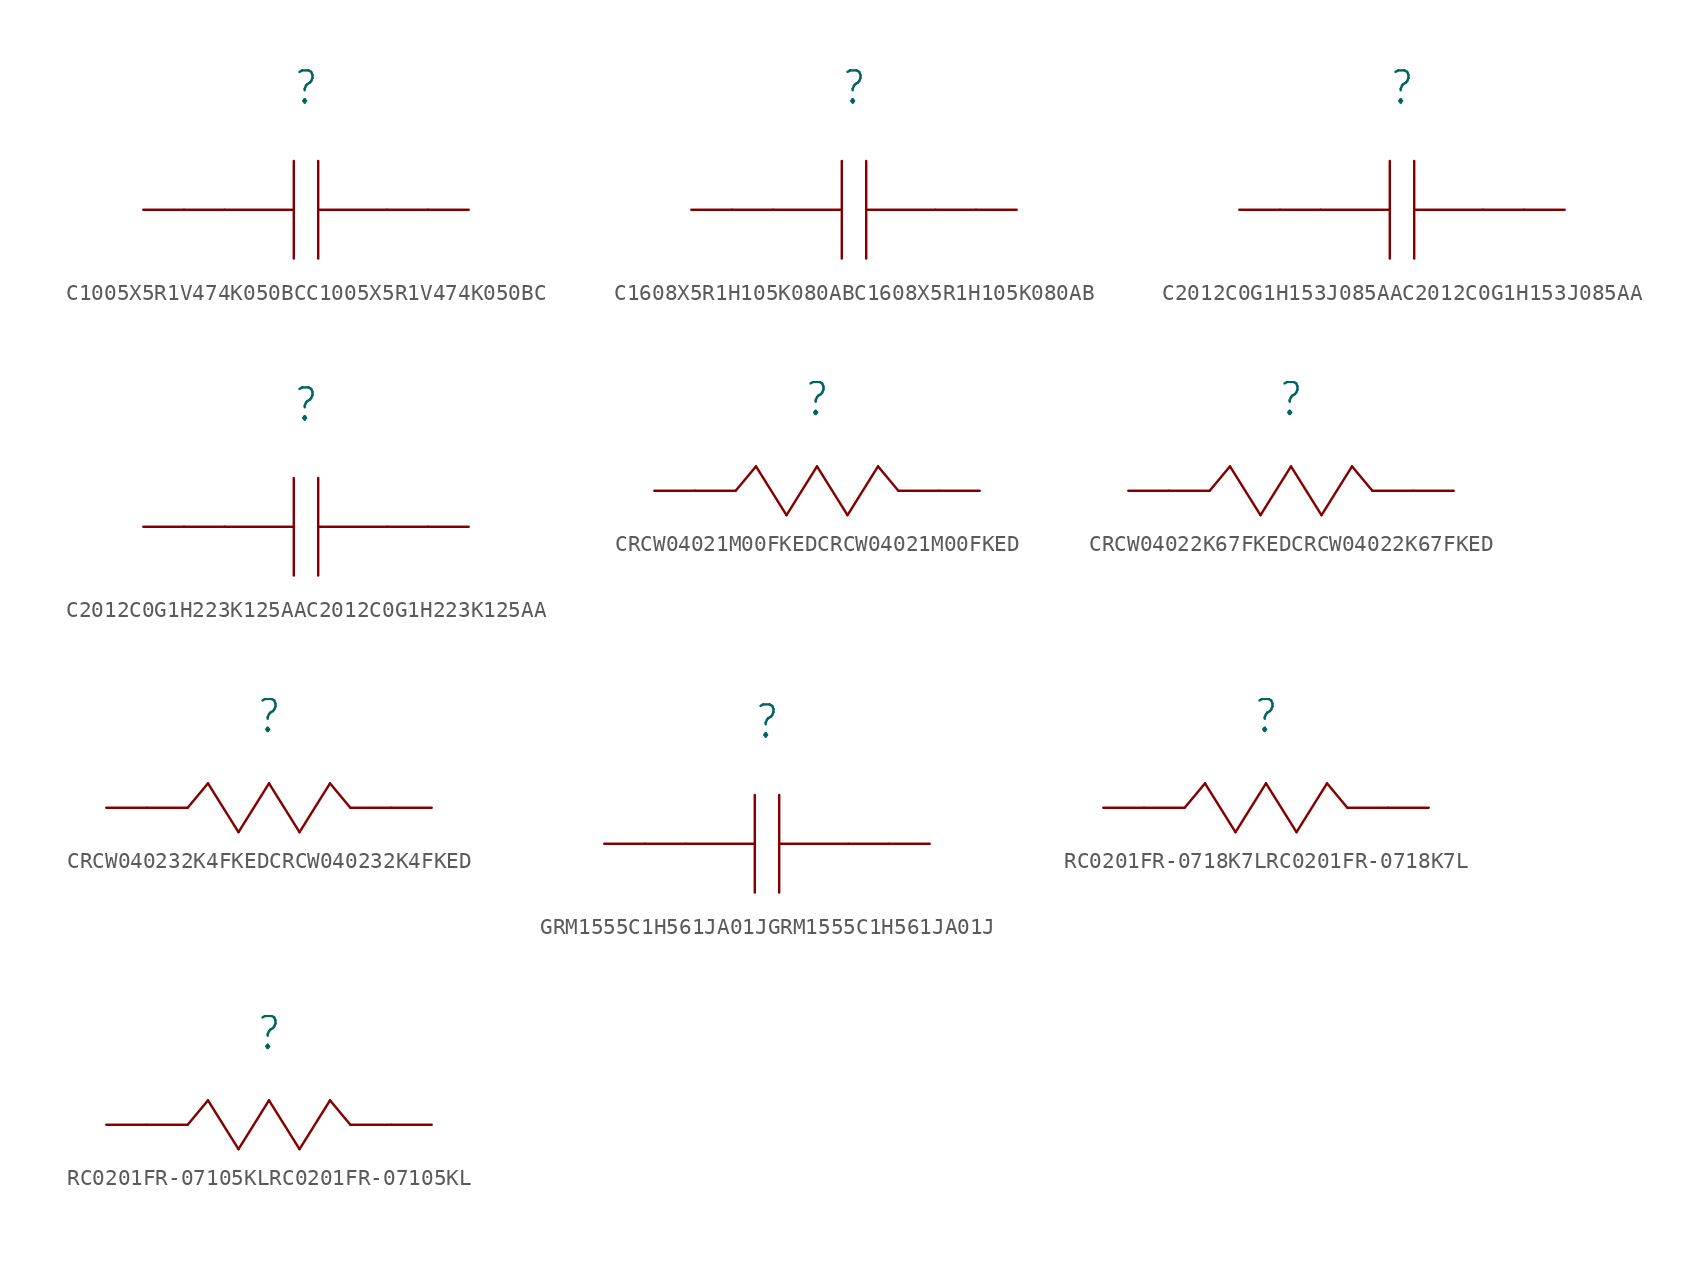
<source format=kicad_sym>
(kicad_symbol_lib
  (version 20241209)
  (generator "kicad_symbol_editor")
  (generator_version "9.0")
  (symbol "C1005X5R1V474K050BCC1005X5R1V474K050BC"
    (property "Reference" ""
      (at 0 7.62 0)
      (effects (font (size 2 1.7))))
    (property "Value" ""
      (at 0 5.08 0)
      (effects (font (size 2 1.7))))
    (property "ki_locked" ""
      (at 0 0 0)
      (effects (font (size 1.27 1.27))))
    (symbol "C1005X5R1V474K050BCC1005X5R1V474K050BC_1_0"
      (polyline (pts (xy -7.62 0) (xy -5.08 0)) (stroke (width 0.152) (type solid)) (fill (type none)))
      (polyline (pts (xy -5.08 0) (xy -0.762 0)) (stroke (width 0.152) (type solid)) (fill (type none)))
      (polyline (pts (xy -0.762 -3.048) (xy -0.762 3.048)) (stroke (width 0.152) (type solid)) (fill (type none)))
      (polyline (pts (xy 0.762 0) (xy 5.08 0)) (stroke (width 0.152) (type solid)) (fill (type none)))
      (polyline (pts (xy 0.762 -3.048) (xy 0.762 3.048)) (stroke (width 0.152) (type solid)) (fill (type none)))
      (polyline (pts (xy 7.62 0) (xy 5.08 0)) (stroke (width 0.152) (type solid)) (fill (type none)))
      (pin passive line (at -7.62 0 180) (length 2.54) (name "2@2" (effects (font (size 0 0)))) (number "2" (effects (font (size 0 0)))))
      (pin passive line (at 7.62 0 0) (length 2.54) (name "1@1" (effects (font (size 0 0)))) (number "1" (effects (font (size 0 0)))))))
  (symbol "C1608X5R1H105K080ABC1608X5R1H105K080AB"
    (property "Reference" ""
      (at 0 7.62 0)
      (effects (font (size 2 1.7))))
    (property "Value" ""
      (at 0 5.08 0)
      (effects (font (size 2 1.7))))
    (property "ki_locked" ""
      (at 0 0 0)
      (effects (font (size 1.27 1.27))))
    (symbol "C1608X5R1H105K080ABC1608X5R1H105K080AB_1_0"
      (polyline (pts (xy -7.62 0) (xy -5.08 0)) (stroke (width 0.152) (type solid)) (fill (type none)))
      (polyline (pts (xy -5.08 0) (xy -0.762 0)) (stroke (width 0.152) (type solid)) (fill (type none)))
      (polyline (pts (xy -0.762 -3.048) (xy -0.762 3.048)) (stroke (width 0.152) (type solid)) (fill (type none)))
      (polyline (pts (xy 0.762 0) (xy 5.08 0)) (stroke (width 0.152) (type solid)) (fill (type none)))
      (polyline (pts (xy 0.762 -3.048) (xy 0.762 3.048)) (stroke (width 0.152) (type solid)) (fill (type none)))
      (polyline (pts (xy 7.62 0) (xy 5.08 0)) (stroke (width 0.152) (type solid)) (fill (type none)))
      (pin passive line (at -7.62 0 180) (length 2.54) (name "2@2" (effects (font (size 0 0)))) (number "2" (effects (font (size 0 0)))))
      (pin passive line (at 7.62 0 0) (length 2.54) (name "1@1" (effects (font (size 0 0)))) (number "1" (effects (font (size 0 0)))))))
  (symbol "C2012C0G1H153J085AAC2012C0G1H153J085AA"
    (property "Reference" ""
      (at 0 7.62 0)
      (effects (font (size 2 1.7))))
    (property "Value" ""
      (at 0 5.08 0)
      (effects (font (size 2 1.7))))
    (property "ki_locked" ""
      (at 0 0 0)
      (effects (font (size 1.27 1.27))))
    (symbol "C2012C0G1H153J085AAC2012C0G1H153J085AA_1_0"
      (polyline (pts (xy -7.62 0) (xy -5.08 0)) (stroke (width 0.152) (type solid)) (fill (type none)))
      (polyline (pts (xy -5.08 0) (xy -0.762 0)) (stroke (width 0.152) (type solid)) (fill (type none)))
      (polyline (pts (xy -0.762 -3.048) (xy -0.762 3.048)) (stroke (width 0.152) (type solid)) (fill (type none)))
      (polyline (pts (xy 0.762 0) (xy 5.08 0)) (stroke (width 0.152) (type solid)) (fill (type none)))
      (polyline (pts (xy 0.762 -3.048) (xy 0.762 3.048)) (stroke (width 0.152) (type solid)) (fill (type none)))
      (polyline (pts (xy 7.62 0) (xy 5.08 0)) (stroke (width 0.152) (type solid)) (fill (type none)))
      (pin passive line (at -7.62 0 180) (length 2.54) (name "2@2" (effects (font (size 0 0)))) (number "2" (effects (font (size 0 0)))))
      (pin passive line (at 7.62 0 0) (length 2.54) (name "1@1" (effects (font (size 0 0)))) (number "1" (effects (font (size 0 0)))))))
  (symbol "C2012C0G1H223K125AAC2012C0G1H223K125AA"
    (property "Reference" ""
      (at 0 7.62 0)
      (effects (font (size 2 1.7))))
    (property "Value" ""
      (at 0 5.08 0)
      (effects (font (size 2 1.7))))
    (property "ki_locked" ""
      (at 0 0 0)
      (effects (font (size 1.27 1.27))))
    (symbol "C2012C0G1H223K125AAC2012C0G1H223K125AA_1_0"
      (polyline (pts (xy -7.62 0) (xy -5.08 0)) (stroke (width 0.152) (type solid)) (fill (type none)))
      (polyline (pts (xy -5.08 0) (xy -0.762 0)) (stroke (width 0.152) (type solid)) (fill (type none)))
      (polyline (pts (xy -0.762 -3.048) (xy -0.762 3.048)) (stroke (width 0.152) (type solid)) (fill (type none)))
      (polyline (pts (xy 0.762 0) (xy 5.08 0)) (stroke (width 0.152) (type solid)) (fill (type none)))
      (polyline (pts (xy 0.762 -3.048) (xy 0.762 3.048)) (stroke (width 0.152) (type solid)) (fill (type none)))
      (polyline (pts (xy 7.62 0) (xy 5.08 0)) (stroke (width 0.152) (type solid)) (fill (type none)))
      (pin passive line (at -7.62 0 180) (length 2.54) (name "2@2" (effects (font (size 0 0)))) (number "2" (effects (font (size 0 0)))))
      (pin passive line (at 7.62 0 0) (length 2.54) (name "1@1" (effects (font (size 0 0)))) (number "1" (effects (font (size 0 0)))))))
  (symbol "CRCW04021M00FKEDCRCW04021M00FKED"
    (property "Reference" ""
      (at 0 5.715 0)
      (effects (font (size 2 1.7))))
    (property "Value" ""
      (at 0 3.175 0)
      (effects (font (size 2 1.7))))
    (property "ki_locked" ""
      (at 0 0 0)
      (effects (font (size 1.27 1.27))))
    (symbol "CRCW04021M00FKEDCRCW04021M00FKED_1_0"
      (polyline (pts (xy -5.08 0) (xy -7.62 0)) (stroke (width 0.152) (type solid)) (fill (type none)))
      (polyline (pts (xy -3.81 1.524) (xy -5.08 0)) (stroke (width 0.152) (type solid)) (fill (type none)))
      (polyline (pts (xy -1.905 -1.524) (xy -3.81 1.524)) (stroke (width 0.152) (type solid)) (fill (type none)))
      (polyline (pts (xy 0 1.524) (xy -1.905 -1.524)) (stroke (width 0.152) (type solid)) (fill (type none)))
      (polyline (pts (xy 1.905 -1.524) (xy 0 1.524)) (stroke (width 0.152) (type solid)) (fill (type none)))
      (polyline (pts (xy 3.81 1.524) (xy 1.905 -1.524)) (stroke (width 0.152) (type solid)) (fill (type none)))
      (polyline (pts (xy 5.08 0) (xy 3.81 1.524)) (stroke (width 0.152) (type solid)) (fill (type none)))
      (polyline (pts (xy 7.62 0) (xy 5.08 0)) (stroke (width 0.152) (type solid)) (fill (type none)))
      (pin passive line (at -7.62 0 180) (length 2.54) (name "2@2" (effects (font (size 0 0)))) (number "2" (effects (font (size 0 0)))))
      (pin passive line (at 7.62 0 0) (length 2.54) (name "1@1" (effects (font (size 0 0)))) (number "1" (effects (font (size 0 0)))))))
  (symbol "CRCW04022K67FKEDCRCW04022K67FKED"
    (property "Reference" ""
      (at 0 5.715 0)
      (effects (font (size 2 1.7))))
    (property "Value" ""
      (at 0 3.175 0)
      (effects (font (size 2 1.7))))
    (property "ki_locked" ""
      (at 0 0 0)
      (effects (font (size 1.27 1.27))))
    (symbol "CRCW04022K67FKEDCRCW04022K67FKED_1_0"
      (polyline (pts (xy -5.08 0) (xy -7.62 0)) (stroke (width 0.152) (type solid)) (fill (type none)))
      (polyline (pts (xy -3.81 1.524) (xy -5.08 0)) (stroke (width 0.152) (type solid)) (fill (type none)))
      (polyline (pts (xy -1.905 -1.524) (xy -3.81 1.524)) (stroke (width 0.152) (type solid)) (fill (type none)))
      (polyline (pts (xy 0 1.524) (xy -1.905 -1.524)) (stroke (width 0.152) (type solid)) (fill (type none)))
      (polyline (pts (xy 1.905 -1.524) (xy 0 1.524)) (stroke (width 0.152) (type solid)) (fill (type none)))
      (polyline (pts (xy 3.81 1.524) (xy 1.905 -1.524)) (stroke (width 0.152) (type solid)) (fill (type none)))
      (polyline (pts (xy 5.08 0) (xy 3.81 1.524)) (stroke (width 0.152) (type solid)) (fill (type none)))
      (polyline (pts (xy 7.62 0) (xy 5.08 0)) (stroke (width 0.152) (type solid)) (fill (type none)))
      (pin passive line (at -7.62 0 180) (length 2.54) (name "2@2" (effects (font (size 0 0)))) (number "2" (effects (font (size 0 0)))))
      (pin passive line (at 7.62 0 0) (length 2.54) (name "1@1" (effects (font (size 0 0)))) (number "1" (effects (font (size 0 0)))))))
  (symbol "CRCW040232K4FKEDCRCW040232K4FKED"
    (property "Reference" ""
      (at 0 5.715 0)
      (effects (font (size 2 1.7))))
    (property "Value" ""
      (at 0 3.175 0)
      (effects (font (size 2 1.7))))
    (property "ki_locked" ""
      (at 0 0 0)
      (effects (font (size 1.27 1.27))))
    (symbol "CRCW040232K4FKEDCRCW040232K4FKED_1_0"
      (polyline (pts (xy -5.08 0) (xy -7.62 0)) (stroke (width 0.152) (type solid)) (fill (type none)))
      (polyline (pts (xy -3.81 1.524) (xy -5.08 0)) (stroke (width 0.152) (type solid)) (fill (type none)))
      (polyline (pts (xy -1.905 -1.524) (xy -3.81 1.524)) (stroke (width 0.152) (type solid)) (fill (type none)))
      (polyline (pts (xy 0 1.524) (xy -1.905 -1.524)) (stroke (width 0.152) (type solid)) (fill (type none)))
      (polyline (pts (xy 1.905 -1.524) (xy 0 1.524)) (stroke (width 0.152) (type solid)) (fill (type none)))
      (polyline (pts (xy 3.81 1.524) (xy 1.905 -1.524)) (stroke (width 0.152) (type solid)) (fill (type none)))
      (polyline (pts (xy 5.08 0) (xy 3.81 1.524)) (stroke (width 0.152) (type solid)) (fill (type none)))
      (polyline (pts (xy 7.62 0) (xy 5.08 0)) (stroke (width 0.152) (type solid)) (fill (type none)))
      (pin passive line (at -7.62 0 180) (length 2.54) (name "2@2" (effects (font (size 0 0)))) (number "2" (effects (font (size 0 0)))))
      (pin passive line (at 7.62 0 0) (length 2.54) (name "1@1" (effects (font (size 0 0)))) (number "1" (effects (font (size 0 0)))))))
  (symbol "GRM1555C1H561JA01JGRM1555C1H561JA01J"
    (property "Reference" ""
      (at 0 7.62 0)
      (effects (font (size 2 1.7))))
    (property "Value" ""
      (at 0 5.08 0)
      (effects (font (size 2 1.7))))
    (property "ki_locked" ""
      (at 0 0 0)
      (effects (font (size 1.27 1.27))))
    (symbol "GRM1555C1H561JA01JGRM1555C1H561JA01J_1_0"
      (polyline (pts (xy -7.62 0) (xy -5.08 0)) (stroke (width 0.152) (type solid)) (fill (type none)))
      (polyline (pts (xy -5.08 0) (xy -0.762 0)) (stroke (width 0.152) (type solid)) (fill (type none)))
      (polyline (pts (xy -0.762 -3.048) (xy -0.762 3.048)) (stroke (width 0.152) (type solid)) (fill (type none)))
      (polyline (pts (xy 0.762 0) (xy 5.08 0)) (stroke (width 0.152) (type solid)) (fill (type none)))
      (polyline (pts (xy 0.762 -3.048) (xy 0.762 3.048)) (stroke (width 0.152) (type solid)) (fill (type none)))
      (polyline (pts (xy 7.62 0) (xy 5.08 0)) (stroke (width 0.152) (type solid)) (fill (type none)))
      (pin passive line (at -7.62 0 180) (length 2.54) (name "2@2" (effects (font (size 0 0)))) (number "2" (effects (font (size 0 0)))))
      (pin passive line (at 7.62 0 0) (length 2.54) (name "1@1" (effects (font (size 0 0)))) (number "1" (effects (font (size 0 0)))))))
  (symbol "RC0201FR-0718K7LRC0201FR-0718K7L"
    (property "Reference" ""
      (at 0 5.715 0)
      (effects (font (size 2 1.7))))
    (property "Value" ""
      (at 0 3.175 0)
      (effects (font (size 2 1.7))))
    (property "ki_locked" ""
      (at 0 0 0)
      (effects (font (size 1.27 1.27))))
    (symbol "RC0201FR-0718K7LRC0201FR-0718K7L_1_0"
      (polyline (pts (xy -5.08 0) (xy -7.62 0)) (stroke (width 0.152) (type solid)) (fill (type none)))
      (polyline (pts (xy -3.81 1.524) (xy -5.08 0)) (stroke (width 0.152) (type solid)) (fill (type none)))
      (polyline (pts (xy -1.905 -1.524) (xy -3.81 1.524)) (stroke (width 0.152) (type solid)) (fill (type none)))
      (polyline (pts (xy 0 1.524) (xy -1.905 -1.524)) (stroke (width 0.152) (type solid)) (fill (type none)))
      (polyline (pts (xy 1.905 -1.524) (xy 0 1.524)) (stroke (width 0.152) (type solid)) (fill (type none)))
      (polyline (pts (xy 3.81 1.524) (xy 1.905 -1.524)) (stroke (width 0.152) (type solid)) (fill (type none)))
      (polyline (pts (xy 5.08 0) (xy 3.81 1.524)) (stroke (width 0.152) (type solid)) (fill (type none)))
      (polyline (pts (xy 7.62 0) (xy 5.08 0)) (stroke (width 0.152) (type solid)) (fill (type none)))
      (pin passive line (at -7.62 0 180) (length 2.54) (name "2@2" (effects (font (size 0 0)))) (number "2" (effects (font (size 0 0)))))
      (pin passive line (at 7.62 0 0) (length 2.54) (name "1@1" (effects (font (size 0 0)))) (number "1" (effects (font (size 0 0)))))))
  (symbol "RC0201FR-07105KLRC0201FR-07105KL"
    (property "Reference" ""
      (at 0 5.715 0)
      (effects (font (size 2 1.7))))
    (property "Value" ""
      (at 0 3.175 0)
      (effects (font (size 2 1.7))))
    (property "ki_locked" ""
      (at 0 0 0)
      (effects (font (size 1.27 1.27))))
    (symbol "RC0201FR-07105KLRC0201FR-07105KL_1_0"
      (polyline (pts (xy -5.08 0) (xy -7.62 0)) (stroke (width 0.152) (type solid)) (fill (type none)))
      (polyline (pts (xy -3.81 1.524) (xy -5.08 0)) (stroke (width 0.152) (type solid)) (fill (type none)))
      (polyline (pts (xy -1.905 -1.524) (xy -3.81 1.524)) (stroke (width 0.152) (type solid)) (fill (type none)))
      (polyline (pts (xy 0 1.524) (xy -1.905 -1.524)) (stroke (width 0.152) (type solid)) (fill (type none)))
      (polyline (pts (xy 1.905 -1.524) (xy 0 1.524)) (stroke (width 0.152) (type solid)) (fill (type none)))
      (polyline (pts (xy 3.81 1.524) (xy 1.905 -1.524)) (stroke (width 0.152) (type solid)) (fill (type none)))
      (polyline (pts (xy 5.08 0) (xy 3.81 1.524)) (stroke (width 0.152) (type solid)) (fill (type none)))
      (polyline (pts (xy 7.62 0) (xy 5.08 0)) (stroke (width 0.152) (type solid)) (fill (type none)))
      (pin passive line (at -7.62 0 180) (length 2.54) (name "2@2" (effects (font (size 0 0)))) (number "2" (effects (font (size 0 0)))))
      (pin passive line (at 7.62 0 0) (length 2.54) (name "1@1" (effects (font (size 0 0)))) (number "1" (effects (font (size 0 0))))))))
</source>
